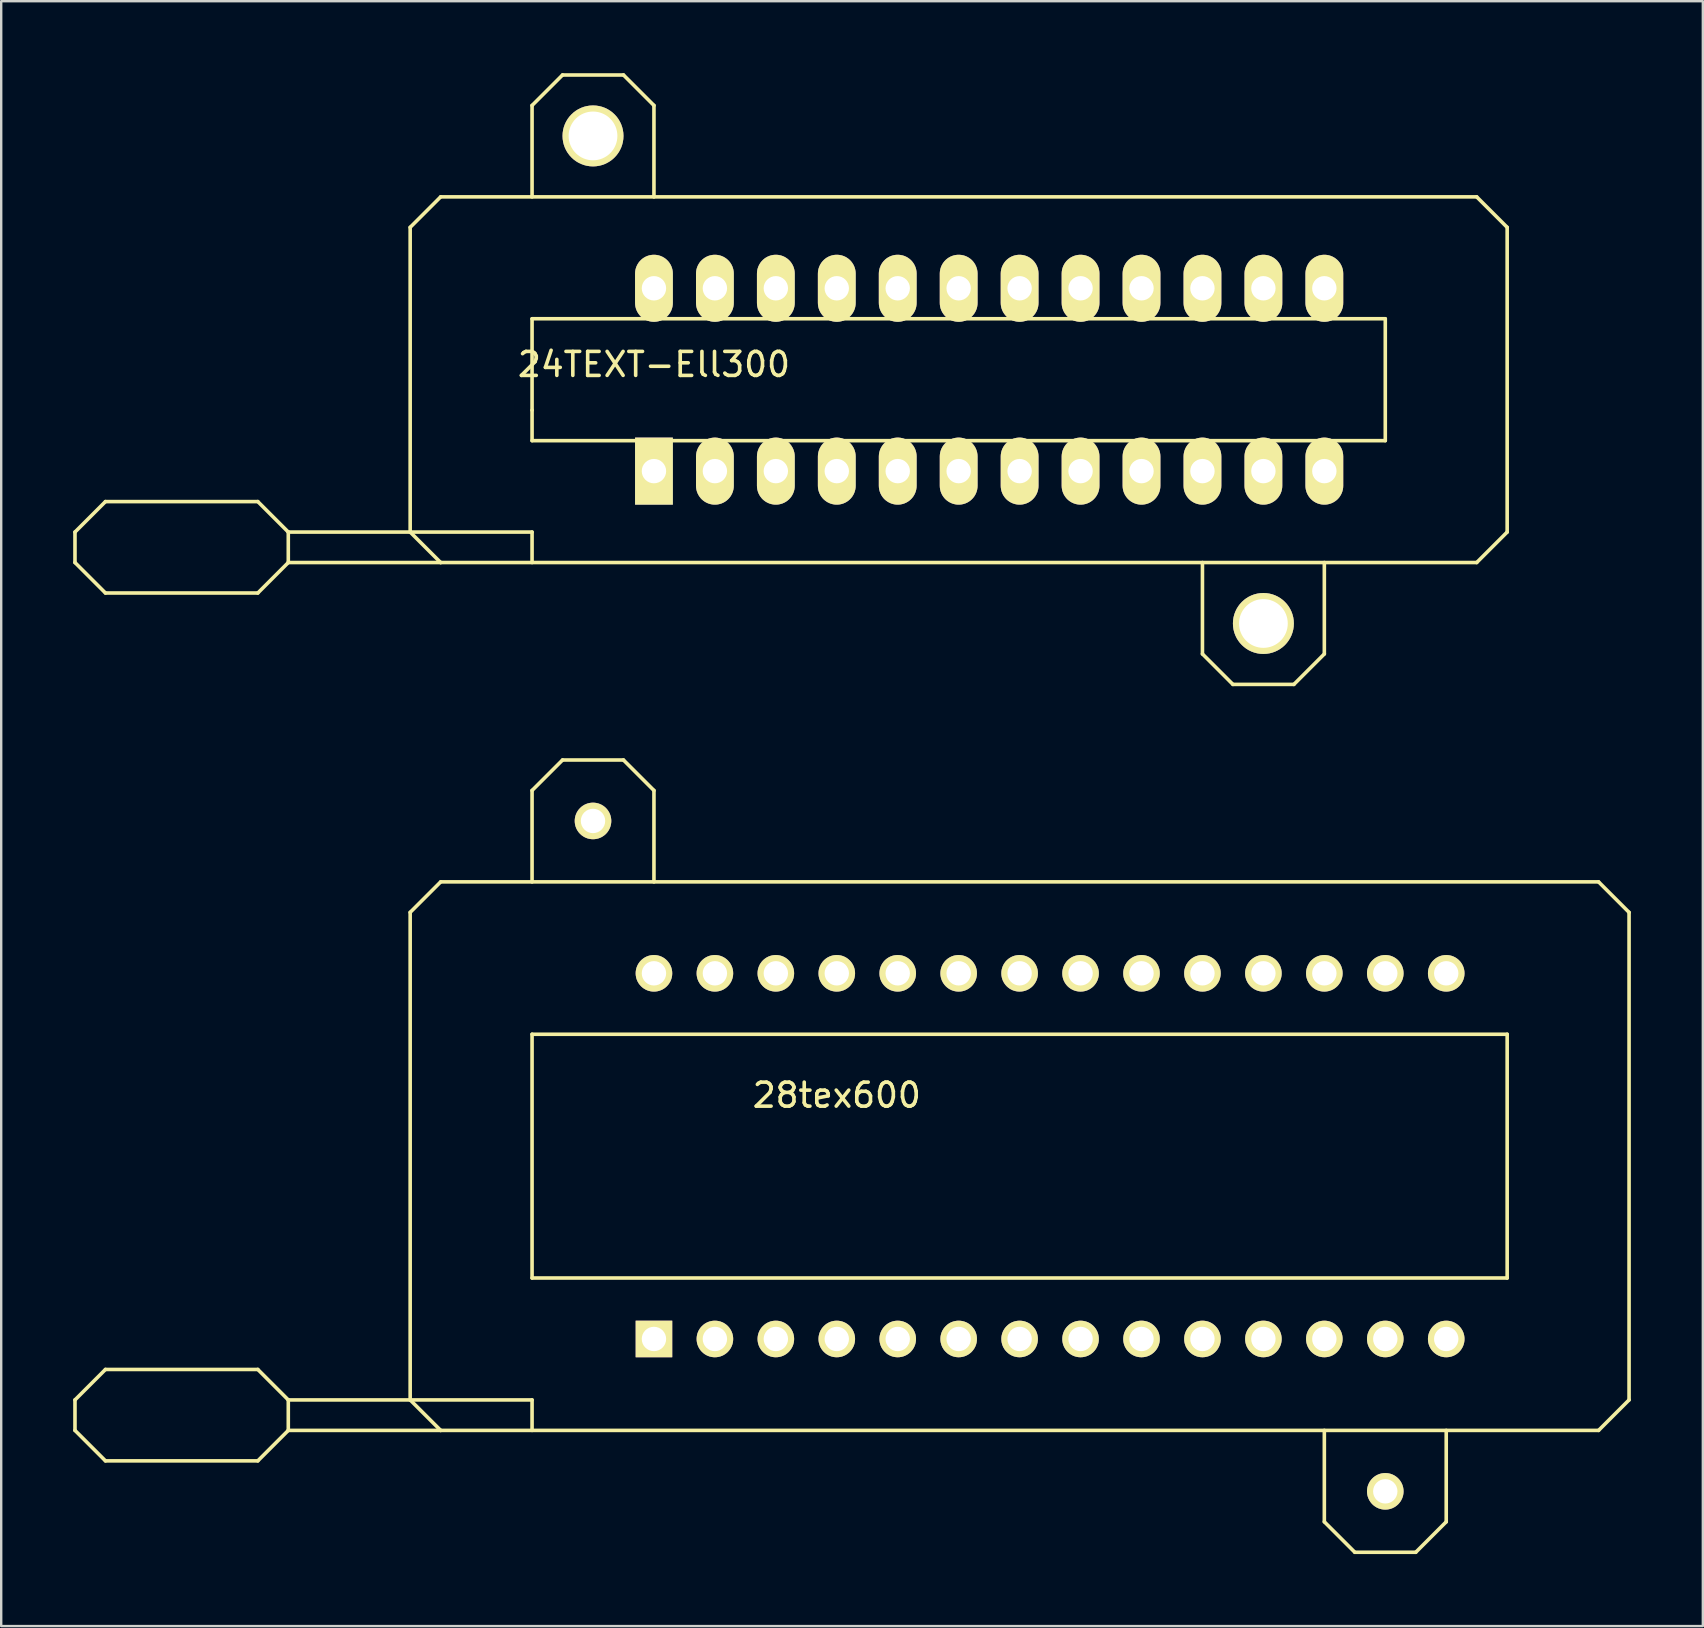
<source format=kicad_pcb>
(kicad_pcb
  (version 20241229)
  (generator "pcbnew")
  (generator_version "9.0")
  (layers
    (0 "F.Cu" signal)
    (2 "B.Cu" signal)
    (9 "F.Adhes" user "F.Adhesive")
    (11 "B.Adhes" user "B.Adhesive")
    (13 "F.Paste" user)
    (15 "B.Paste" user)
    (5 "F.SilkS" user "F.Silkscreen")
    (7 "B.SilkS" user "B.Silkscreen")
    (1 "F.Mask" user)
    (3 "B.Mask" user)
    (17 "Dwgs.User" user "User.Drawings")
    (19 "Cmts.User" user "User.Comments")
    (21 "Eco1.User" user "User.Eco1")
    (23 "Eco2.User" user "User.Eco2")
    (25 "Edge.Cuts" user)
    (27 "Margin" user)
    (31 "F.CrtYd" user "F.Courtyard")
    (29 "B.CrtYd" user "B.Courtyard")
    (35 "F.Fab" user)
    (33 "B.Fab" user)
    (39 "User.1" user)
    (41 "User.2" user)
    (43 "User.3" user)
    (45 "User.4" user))
  (footprint "28tex600"
    (layer "F.Cu")
    (at 40.715 45.135)
    (property "Reference" "28tex600" (at -8.89 -2.54 0) (layer "F.SilkS") (effects (font (size 1 1) (thickness 0.15))))
    (attr through_hole)
    (fp_line (start -40.64 10.16) (end -40.64 11.43) (stroke (width 0.15) (type solid)) (layer "F.SilkS"))
    (fp_line (start -40.64 11.43) (end -39.37 12.7) (stroke (width 0.15) (type solid)) (layer "F.SilkS"))
    (fp_line (start -39.37 8.89) (end -40.64 10.16) (stroke (width 0.15) (type solid)) (layer "F.SilkS"))
    (fp_line (start -39.37 12.7) (end -33.02 12.7) (stroke (width 0.15) (type solid)) (layer "F.SilkS"))
    (fp_line (start -33.02 8.89) (end -39.37 8.89) (stroke (width 0.15) (type solid)) (layer "F.SilkS"))
    (fp_line (start -33.02 12.7) (end -31.75 11.43) (stroke (width 0.15) (type solid)) (layer "F.SilkS"))
    (fp_line (start -31.75 10.16) (end -33.02 8.89) (stroke (width 0.15) (type solid)) (layer "F.SilkS"))
    (fp_line (start -31.75 10.16) (end -21.59 10.16) (stroke (width 0.15) (type solid)) (layer "F.SilkS"))
    (fp_line (start -31.75 11.43) (end -31.75 10.16) (stroke (width 0.15) (type solid)) (layer "F.SilkS"))
    (fp_line (start -31.75 11.43) (end -25.4 11.43) (stroke (width 0.15) (type solid)) (layer "F.SilkS"))
    (fp_line (start -26.67 -10.16) (end -26.67 10.16) (stroke (width 0.15) (type solid)) (layer "F.SilkS"))
    (fp_line (start -26.67 10.16) (end -25.4 11.43) (stroke (width 0.15) (type solid)) (layer "F.SilkS"))
    (fp_line (start -25.4 -11.43) (end -26.67 -10.16) (stroke (width 0.15) (type solid)) (layer "F.SilkS"))
    (fp_line (start -25.4 11.43) (end 22.86 11.43) (stroke (width 0.15) (type solid)) (layer "F.SilkS"))
    (fp_line (start -21.59 -15.24) (end -21.59 -11.43) (stroke (width 0.15) (type solid)) (layer "F.SilkS"))
    (fp_line (start -21.59 -5.08) (end -21.59 5.08) (stroke (width 0.15) (type solid)) (layer "F.SilkS"))
    (fp_line (start -21.59 5.08) (end 19.05 5.08) (stroke (width 0.15) (type solid)) (layer "F.SilkS"))
    (fp_line (start -21.59 10.16) (end -21.59 11.43) (stroke (width 0.15) (type solid)) (layer "F.SilkS"))
    (fp_line (start -20.32 -16.51) (end -21.59 -15.24) (stroke (width 0.15) (type solid)) (layer "F.SilkS"))
    (fp_line (start -17.78 -16.51) (end -20.32 -16.51) (stroke (width 0.15) (type solid)) (layer "F.SilkS"))
    (fp_line (start -16.51 -15.24) (end -17.78 -16.51) (stroke (width 0.15) (type solid)) (layer "F.SilkS"))
    (fp_line (start -16.51 -11.43) (end -16.51 -15.24) (stroke (width 0.15) (type solid)) (layer "F.SilkS"))
    (fp_line (start 11.43 15.24) (end 11.43 11.43) (stroke (width 0.15) (type solid)) (layer "F.SilkS"))
    (fp_line (start 12.7 16.51) (end 11.43 15.24) (stroke (width 0.15) (type solid)) (layer "F.SilkS"))
    (fp_line (start 15.24 16.51) (end 12.7 16.51) (stroke (width 0.15) (type solid)) (layer "F.SilkS"))
    (fp_line (start 16.51 11.43) (end 16.51 15.24) (stroke (width 0.15) (type solid)) (layer "F.SilkS"))
    (fp_line (start 16.51 15.24) (end 15.24 16.51) (stroke (width 0.15) (type solid)) (layer "F.SilkS"))
    (fp_line (start 19.05 -5.08) (end -21.59 -5.08) (stroke (width 0.15) (type solid)) (layer "F.SilkS"))
    (fp_line (start 19.05 5.08) (end 19.05 -5.08) (stroke (width 0.15) (type solid)) (layer "F.SilkS"))
    (fp_line (start 22.86 -11.43) (end -25.4 -11.43) (stroke (width 0.15) (type solid)) (layer "F.SilkS"))
    (fp_line (start 22.86 11.43) (end 24.13 10.16) (stroke (width 0.15) (type solid)) (layer "F.SilkS"))
    (fp_line (start 24.13 -10.16) (end 22.86 -11.43) (stroke (width 0.15) (type solid)) (layer "F.SilkS"))
    (fp_line (start 24.13 10.16) (end 24.13 -10.16) (stroke (width 0.15) (type solid)) (layer "F.SilkS"))
    (pad "1" thru_hole rect (at -16.51 7.62) (size 1.524 1.524) (drill 1.016) (layers "*.Cu" "*.Mask" "F.SilkS"))
    (pad "2" thru_hole circle (at -13.97 7.62) (size 1.524 1.524) (drill 1.016) (layers "*.Cu" "*.Mask" "F.SilkS"))
    (pad "3" thru_hole circle (at -11.43 7.62) (size 1.524 1.524) (drill 1.016) (layers "*.Cu" "*.Mask" "F.SilkS"))
    (pad "4" thru_hole circle (at -8.89 7.62) (size 1.524 1.524) (drill 1.016) (layers "*.Cu" "*.Mask" "F.SilkS"))
    (pad "5" thru_hole circle (at -6.35 7.62) (size 1.524 1.524) (drill 1.016) (layers "*.Cu" "*.Mask" "F.SilkS"))
    (pad "6" thru_hole circle (at -3.81 7.62) (size 1.524 1.524) (drill 1.016) (layers "*.Cu" "*.Mask" "F.SilkS"))
    (pad "7" thru_hole circle (at -1.27 7.62) (size 1.524 1.524) (drill 1.016) (layers "*.Cu" "*.Mask" "F.SilkS"))
    (pad "8" thru_hole circle (at 1.27 7.62) (size 1.524 1.524) (drill 1.016) (layers "*.Cu" "*.Mask" "F.SilkS"))
    (pad "9" thru_hole circle (at 3.81 7.62) (size 1.524 1.524) (drill 1.016) (layers "*.Cu" "*.Mask" "F.SilkS"))
    (pad "10" thru_hole circle (at 6.35 7.62) (size 1.524 1.524) (drill 1.016) (layers "*.Cu" "*.Mask" "F.SilkS"))
    (pad "11" thru_hole circle (at 8.89 7.62) (size 1.524 1.524) (drill 1.016) (layers "*.Cu" "*.Mask" "F.SilkS"))
    (pad "12" thru_hole circle (at 11.43 7.62) (size 1.524 1.524) (drill 1.016) (layers "*.Cu" "*.Mask" "F.SilkS"))
    (pad "13" thru_hole circle (at 13.97 7.62) (size 1.524 1.524) (drill 1.016) (layers "*.Cu" "*.Mask" "F.SilkS"))
    (pad "14" thru_hole circle (at 16.51 7.62) (size 1.524 1.524) (drill 1.016) (layers "*.Cu" "*.Mask" "F.SilkS"))
    (pad "15" thru_hole circle (at 16.51 -7.62) (size 1.524 1.524) (drill 1.016) (layers "*.Cu" "*.Mask" "F.SilkS"))
    (pad "16" thru_hole circle (at 13.97 -7.62) (size 1.524 1.524) (drill 1.016) (layers "*.Cu" "*.Mask" "F.SilkS"))
    (pad "17" thru_hole circle (at 11.43 -7.62) (size 1.524 1.524) (drill 1.016) (layers "*.Cu" "*.Mask" "F.SilkS"))
    (pad "18" thru_hole circle (at 8.89 -7.62) (size 1.524 1.524) (drill 1.016) (layers "*.Cu" "*.Mask" "F.SilkS"))
    (pad "19" thru_hole circle (at 6.35 -7.62) (size 1.524 1.524) (drill 1.016) (layers "*.Cu" "*.Mask" "F.SilkS"))
    (pad "20" thru_hole circle (at 3.81 -7.62) (size 1.524 1.524) (drill 1.016) (layers "*.Cu" "*.Mask" "F.SilkS"))
    (pad "21" thru_hole circle (at 1.27 -7.62) (size 1.524 1.524) (drill 1.016) (layers "*.Cu" "*.Mask" "F.SilkS"))
    (pad "22" thru_hole circle (at -1.27 -7.62) (size 1.524 1.524) (drill 1.016) (layers "*.Cu" "*.Mask" "F.SilkS"))
    (pad "23" thru_hole circle (at -3.81 -7.62) (size 1.524 1.524) (drill 1.016) (layers "*.Cu" "*.Mask" "F.SilkS"))
    (pad "24" thru_hole circle (at -6.35 -7.62) (size 1.524 1.524) (drill 1.016) (layers "*.Cu" "*.Mask" "F.SilkS"))
    (pad "25" thru_hole circle (at -8.89 -7.62) (size 1.524 1.524) (drill 1.016) (layers "*.Cu" "*.Mask" "F.SilkS"))
    (pad "26" thru_hole circle (at -11.43 -7.62) (size 1.524 1.524) (drill 1.016) (layers "*.Cu" "*.Mask" "F.SilkS"))
    (pad "27" thru_hole circle (at -13.97 -7.62) (size 1.524 1.524) (drill 1.016) (layers "*.Cu" "*.Mask" "F.SilkS"))
    (pad "28" thru_hole circle (at -16.51 -7.62) (size 1.524 1.524) (drill 1.016) (layers "*.Cu" "*.Mask" "F.SilkS"))
    (pad "HOLE" thru_hole circle (at -19.05 -13.97) (size 1.524 1.524) (drill 1.016) (layers "*.Cu" "*.Mask" "F.SilkS"))
    (pad "HOLE" thru_hole circle (at 13.97 13.97) (size 1.524 1.524) (drill 1.016) (layers "*.Cu" "*.Mask" "F.SilkS")))
  (footprint "24TEXT-Ell300"
    (layer "F.Cu")
    (at 38.175 12.775)
    (property "Reference" "24TEXT-Ell300" (at -13.97 -0.635 0) (layer "F.SilkS") (effects (font (size 1 1) (thickness 0.15))))
    (attr through_hole)
    (fp_line (start -38.1 6.35) (end -38.1 7.62) (stroke (width 0.15) (type solid)) (layer "F.SilkS"))
    (fp_line (start -38.1 7.62) (end -36.83 8.89) (stroke (width 0.15) (type solid)) (layer "F.SilkS"))
    (fp_line (start -36.83 5.08) (end -38.1 6.35) (stroke (width 0.15) (type solid)) (layer "F.SilkS"))
    (fp_line (start -36.83 8.89) (end -30.48 8.89) (stroke (width 0.15) (type solid)) (layer "F.SilkS"))
    (fp_line (start -30.48 5.08) (end -36.83 5.08) (stroke (width 0.15) (type solid)) (layer "F.SilkS"))
    (fp_line (start -30.48 5.08) (end -29.21 6.35) (stroke (width 0.15) (type solid)) (layer "F.SilkS"))
    (fp_line (start -30.48 8.89) (end -29.21 7.62) (stroke (width 0.15) (type solid)) (layer "F.SilkS"))
    (fp_line (start -29.21 6.35) (end -29.21 7.62) (stroke (width 0.15) (type solid)) (layer "F.SilkS"))
    (fp_line (start -29.21 6.35) (end -19.05 6.35) (stroke (width 0.15) (type solid)) (layer "F.SilkS"))
    (fp_line (start -29.21 7.62) (end -22.86 7.62) (stroke (width 0.15) (type solid)) (layer "F.SilkS"))
    (fp_line (start -24.13 -6.35) (end -24.13 6.35) (stroke (width 0.15) (type solid)) (layer "F.SilkS"))
    (fp_line (start -24.13 6.35) (end -22.86 7.62) (stroke (width 0.15) (type solid)) (layer "F.SilkS"))
    (fp_line (start -22.86 -7.62) (end -24.13 -6.35) (stroke (width 0.15) (type solid)) (layer "F.SilkS"))
    (fp_line (start -22.86 7.62) (end 20.32 7.62) (stroke (width 0.15) (type solid)) (layer "F.SilkS"))
    (fp_line (start -19.05 -11.43) (end -19.05 -7.62) (stroke (width 0.15) (type solid)) (layer "F.SilkS"))
    (fp_line (start -19.05 -2.54) (end 16.51 -2.54) (stroke (width 0.15) (type solid)) (layer "F.SilkS"))
    (fp_line (start -19.05 1.27) (end -19.05 -2.54) (stroke (width 0.15) (type solid)) (layer "F.SilkS"))
    (fp_line (start -19.05 2.54) (end -19.05 1.27) (stroke (width 0.15) (type solid)) (layer "F.SilkS"))
    (fp_line (start -19.05 6.35) (end -19.05 7.62) (stroke (width 0.15) (type solid)) (layer "F.SilkS"))
    (fp_line (start -17.78 -12.7) (end -19.05 -11.43) (stroke (width 0.15) (type solid)) (layer "F.SilkS"))
    (fp_line (start -15.24 -12.7) (end -17.78 -12.7) (stroke (width 0.15) (type solid)) (layer "F.SilkS"))
    (fp_line (start -13.97 -11.43) (end -15.24 -12.7) (stroke (width 0.15) (type solid)) (layer "F.SilkS"))
    (fp_line (start -13.97 -7.62) (end -13.97 -11.43) (stroke (width 0.15) (type solid)) (layer "F.SilkS"))
    (fp_line (start 8.89 11.43) (end 8.89 7.62) (stroke (width 0.15) (type solid)) (layer "F.SilkS"))
    (fp_line (start 10.16 12.7) (end 8.89 11.43) (stroke (width 0.15) (type solid)) (layer "F.SilkS"))
    (fp_line (start 12.7 12.7) (end 10.16 12.7) (stroke (width 0.15) (type solid)) (layer "F.SilkS"))
    (fp_line (start 13.97 7.62) (end 13.97 11.43) (stroke (width 0.15) (type solid)) (layer "F.SilkS"))
    (fp_line (start 13.97 11.43) (end 12.7 12.7) (stroke (width 0.15) (type solid)) (layer "F.SilkS"))
    (fp_line (start 16.51 -2.54) (end 16.51 2.54) (stroke (width 0.15) (type solid)) (layer "F.SilkS"))
    (fp_line (start 16.51 2.54) (end -19.05 2.54) (stroke (width 0.15) (type solid)) (layer "F.SilkS"))
    (fp_line (start 20.32 -7.62) (end -22.86 -7.62) (stroke (width 0.15) (type solid)) (layer "F.SilkS"))
    (fp_line (start 20.32 7.62) (end 21.59 6.35) (stroke (width 0.15) (type solid)) (layer "F.SilkS"))
    (fp_line (start 21.59 -6.35) (end 20.32 -7.62) (stroke (width 0.15) (type solid)) (layer "F.SilkS"))
    (fp_line (start 21.59 6.35) (end 21.59 -6.35) (stroke (width 0.15) (type solid)) (layer "F.SilkS"))
    (pad "1" thru_hole rect (at -13.97 3.81) (size 1.575 2.794) (drill 1.016) (layers "*.Cu" "*.Mask" "F.SilkS"))
    (pad "2" thru_hole oval (at -11.43 3.81) (size 1.575 2.794) (drill 1.016) (layers "*.Cu" "*.Mask" "F.SilkS"))
    (pad "3" thru_hole oval (at -8.89 3.81) (size 1.575 2.794) (drill 1.016) (layers "*.Cu" "*.Mask" "F.SilkS"))
    (pad "4" thru_hole oval (at -6.35 3.81) (size 1.575 2.794) (drill 1.016) (layers "*.Cu" "*.Mask" "F.SilkS"))
    (pad "5" thru_hole oval (at -3.81 3.81) (size 1.575 2.794) (drill 1.016) (layers "*.Cu" "*.Mask" "F.SilkS"))
    (pad "6" thru_hole oval (at -1.27 3.81) (size 1.575 2.794) (drill 1.016) (layers "*.Cu" "*.Mask" "F.SilkS"))
    (pad "7" thru_hole oval (at 1.27 3.81) (size 1.575 2.794) (drill 1.016) (layers "*.Cu" "*.Mask" "F.SilkS"))
    (pad "8" thru_hole oval (at 3.81 3.81) (size 1.575 2.794) (drill 1.016) (layers "*.Cu" "*.Mask" "F.SilkS"))
    (pad "9" thru_hole oval (at 6.35 3.81) (size 1.575 2.794) (drill 1.016) (layers "*.Cu" "*.Mask" "F.SilkS"))
    (pad "10" thru_hole oval (at 8.89 3.81) (size 1.575 2.794) (drill 1.016) (layers "*.Cu" "*.Mask" "F.SilkS"))
    (pad "11" thru_hole oval (at 11.43 3.81) (size 1.575 2.794) (drill 1.016) (layers "*.Cu" "*.Mask" "F.SilkS"))
    (pad "12" thru_hole oval (at 13.97 3.81) (size 1.575 2.794) (drill 1.016) (layers "*.Cu" "*.Mask" "F.SilkS"))
    (pad "13" thru_hole oval (at 13.97 -3.81) (size 1.575 2.794) (drill 1.016) (layers "*.Cu" "*.Mask" "F.SilkS"))
    (pad "14" thru_hole oval (at 11.43 -3.81) (size 1.575 2.794) (drill 1.016) (layers "*.Cu" "*.Mask" "F.SilkS"))
    (pad "15" thru_hole oval (at 8.89 -3.81) (size 1.575 2.794) (drill 1.016) (layers "*.Cu" "*.Mask" "F.SilkS"))
    (pad "16" thru_hole oval (at 6.35 -3.81) (size 1.575 2.794) (drill 1.016) (layers "*.Cu" "*.Mask" "F.SilkS"))
    (pad "17" thru_hole oval (at 3.81 -3.81) (size 1.575 2.794) (drill 1.016) (layers "*.Cu" "*.Mask" "F.SilkS"))
    (pad "18" thru_hole oval (at 1.27 -3.81) (size 1.575 2.794) (drill 1.016) (layers "*.Cu" "*.Mask" "F.SilkS"))
    (pad "19" thru_hole oval (at -1.27 -3.81) (size 1.575 2.794) (drill 1.016) (layers "*.Cu" "*.Mask" "F.SilkS"))
    (pad "20" thru_hole oval (at -3.81 -3.81) (size 1.575 2.794) (drill 1.016) (layers "*.Cu" "*.Mask" "F.SilkS"))
    (pad "21" thru_hole oval (at -6.35 -3.81) (size 1.575 2.794) (drill 1.016) (layers "*.Cu" "*.Mask" "F.SilkS"))
    (pad "22" thru_hole oval (at -8.89 -3.81) (size 1.575 2.794) (drill 1.016) (layers "*.Cu" "*.Mask" "F.SilkS"))
    (pad "23" thru_hole oval (at -11.43 -3.81) (size 1.575 2.794) (drill 1.016) (layers "*.Cu" "*.Mask" "F.SilkS"))
    (pad "24" thru_hole oval (at -13.97 -3.81) (size 1.575 2.794) (drill 1.016) (layers "*.Cu" "*.Mask" "F.SilkS"))
    (pad "HOLE" thru_hole circle (at -16.51 -10.16) (size 2.54 2.54) (drill 2.032) (layers "*.Cu" "*.Mask" "F.SilkS"))
    (pad "HOLE" thru_hole circle (at 11.43 10.16) (size 2.54 2.54) (drill 2.032) (layers "*.Cu" "*.Mask" "F.SilkS")))
  (gr_rect
    (start -3 -3)
    (end 67.92 64.72)
    (stroke (width 0.1) (type default))
    (fill no)
    (layer "Edge.Cuts")))
</source>
